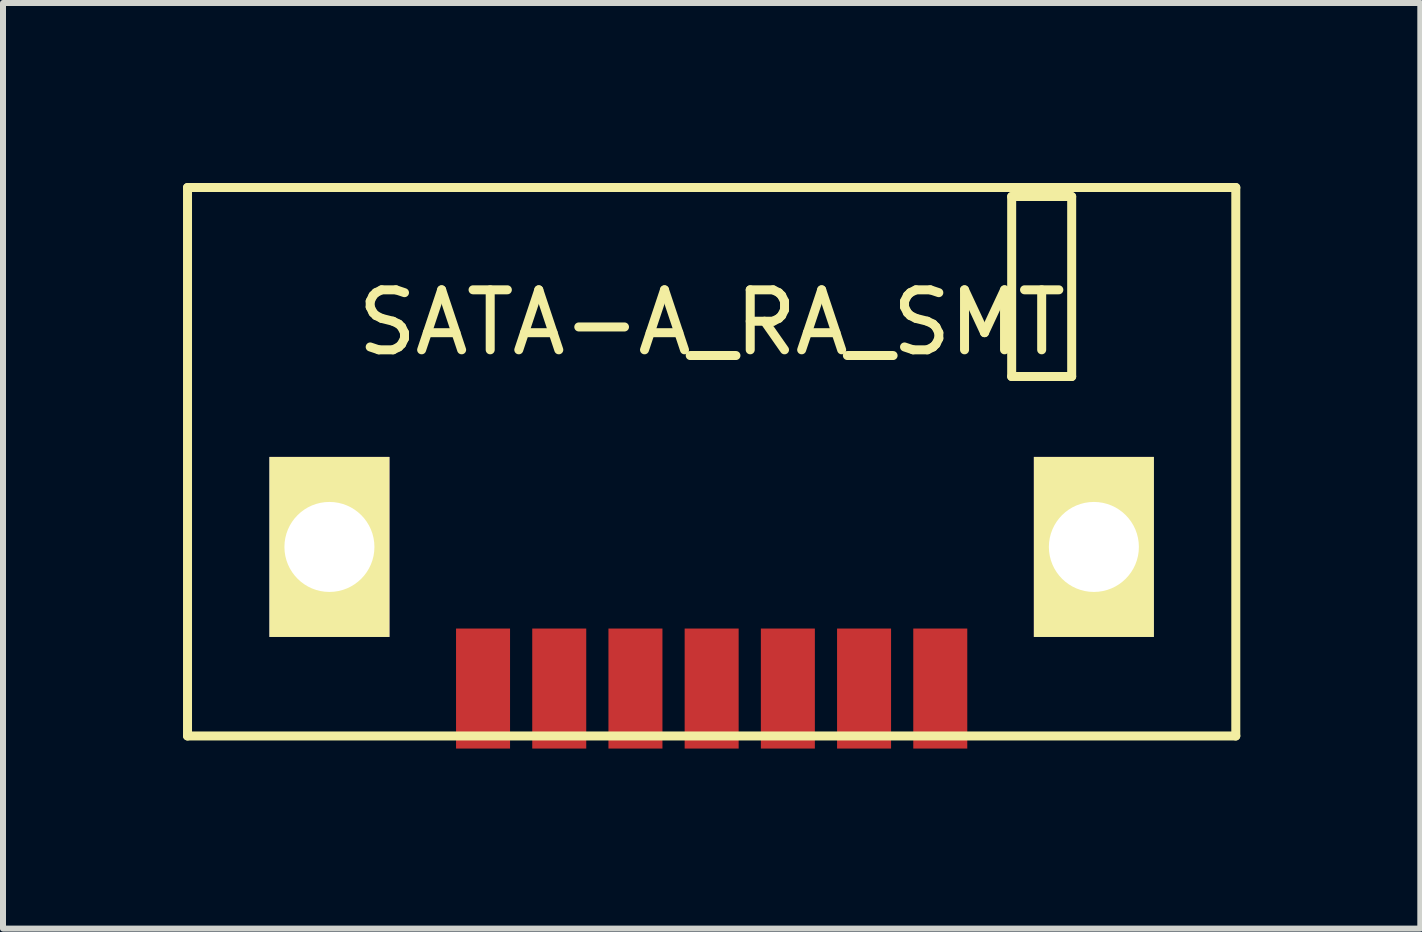
<source format=kicad_pcb>
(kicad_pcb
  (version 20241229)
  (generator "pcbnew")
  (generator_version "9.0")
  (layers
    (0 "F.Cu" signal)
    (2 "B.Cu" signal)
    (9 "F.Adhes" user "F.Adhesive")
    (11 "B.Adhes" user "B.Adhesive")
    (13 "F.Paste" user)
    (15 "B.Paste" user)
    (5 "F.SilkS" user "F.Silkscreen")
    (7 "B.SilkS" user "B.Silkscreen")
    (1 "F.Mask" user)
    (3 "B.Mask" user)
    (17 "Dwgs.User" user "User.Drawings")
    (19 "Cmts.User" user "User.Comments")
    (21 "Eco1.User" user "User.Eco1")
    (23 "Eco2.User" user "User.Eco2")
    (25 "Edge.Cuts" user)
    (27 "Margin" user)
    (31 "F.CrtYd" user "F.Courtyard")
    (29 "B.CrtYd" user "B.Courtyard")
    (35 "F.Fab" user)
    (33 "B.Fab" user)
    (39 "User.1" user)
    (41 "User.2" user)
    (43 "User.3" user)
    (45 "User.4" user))
  (footprint "SATA-A_RA_SMT"
    (layer "F.Cu")
    (at 8.81 8.425)
    (property "Reference" "SATA-A_RA_SMT" (at 0 -6.1 0) (layer "F.SilkS") (effects (font (size 1 1) (thickness 0.15))))
    (attr through_hole)
    (fp_line (start -8.735 -8.35) (end -8.735 0.79) (stroke (width 0.15) (type solid)) (layer "F.SilkS"))
    (fp_line (start -8.735 -8.35) (end 8.735 -8.35) (stroke (width 0.15) (type solid)) (layer "F.SilkS"))
    (fp_line (start -8.735 0.79) (end 8.735 0.79) (stroke (width 0.15) (type solid)) (layer "F.SilkS"))
    (fp_line (start 5 -8.2) (end 5 -5.2) (stroke (width 0.15) (type solid)) (layer "F.SilkS"))
    (fp_line (start 5 -8.2) (end 6 -8.2) (stroke (width 0.15) (type solid)) (layer "F.SilkS"))
    (fp_line (start 5 -5.2) (end 6 -5.2) (stroke (width 0.15) (type solid)) (layer "F.SilkS"))
    (fp_line (start 6 -5.2) (end 6 -8.2) (stroke (width 0.15) (type solid)) (layer "F.SilkS"))
    (fp_line (start 8.735 0.79) (end 8.735 -8.35) (stroke (width 0.15) (type solid)) (layer "F.SilkS"))
    (pad "" thru_hole rect (at -6.37 -2.36) (size 2 3) (drill 1.5) (layers "*.Cu" "*.Mask" "F.SilkS"))
    (pad "" thru_hole rect (at 6.37 -2.36) (size 2 3) (drill 1.5) (layers "*.Cu" "*.Mask" "F.SilkS"))
    (pad "1" smd rect (at -3.81 0) (size 0.9 2) (layers "F.Cu" "F.Mask" "F.Paste"))
    (pad "2" smd rect (at -2.54 0) (size 0.9 2) (layers "F.Cu" "F.Mask" "F.Paste"))
    (pad "3" smd rect (at -1.27 0) (size 0.9 2) (layers "F.Cu" "F.Mask" "F.Paste"))
    (pad "4" smd rect (at 0 0) (size 0.9 2) (layers "F.Cu" "F.Mask" "F.Paste"))
    (pad "5" smd rect (at 1.27 0) (size 0.9 2) (layers "F.Cu" "F.Mask" "F.Paste"))
    (pad "6" smd rect (at 2.54 0) (size 0.9 2) (layers "F.Cu" "F.Mask" "F.Paste"))
    (pad "7" smd rect (at 3.81 0) (size 0.9 2) (layers "F.Cu" "F.Mask" "F.Paste")))
  (gr_rect
    (start -3 -3)
    (end 20.62 12.425)
    (stroke (width 0.1) (type default))
    (fill no)
    (layer "Edge.Cuts")))
</source>
